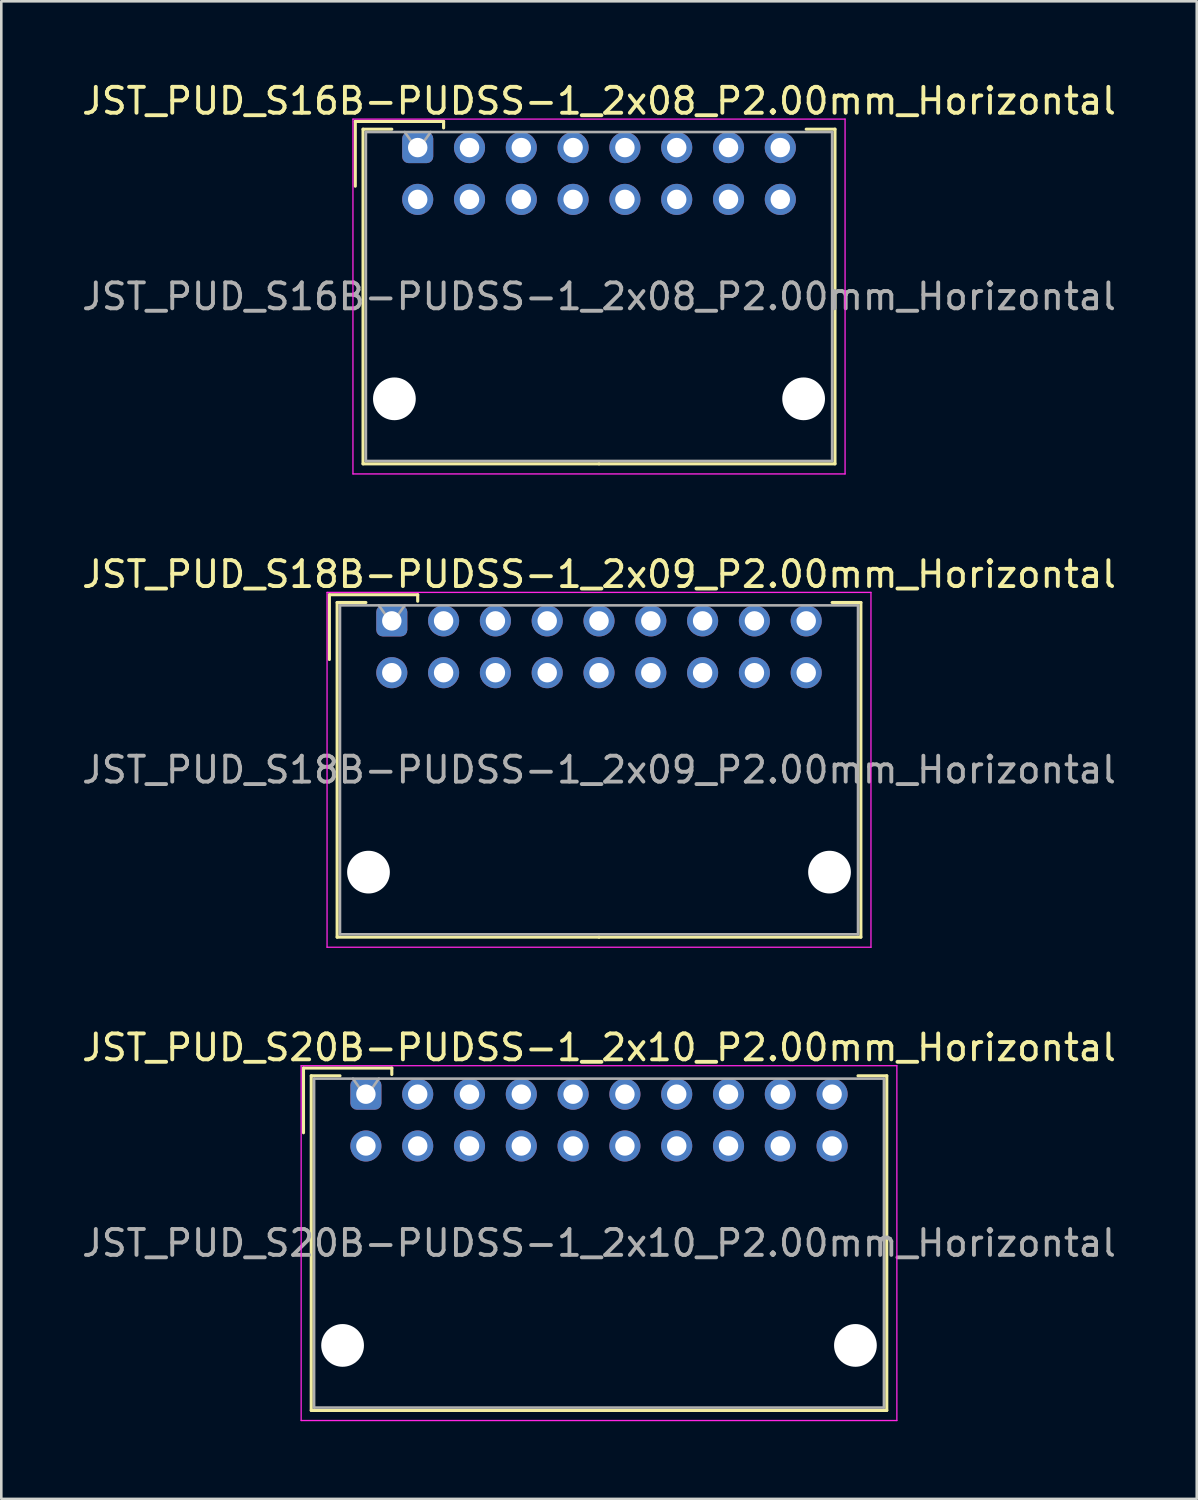
<source format=kicad_pcb>
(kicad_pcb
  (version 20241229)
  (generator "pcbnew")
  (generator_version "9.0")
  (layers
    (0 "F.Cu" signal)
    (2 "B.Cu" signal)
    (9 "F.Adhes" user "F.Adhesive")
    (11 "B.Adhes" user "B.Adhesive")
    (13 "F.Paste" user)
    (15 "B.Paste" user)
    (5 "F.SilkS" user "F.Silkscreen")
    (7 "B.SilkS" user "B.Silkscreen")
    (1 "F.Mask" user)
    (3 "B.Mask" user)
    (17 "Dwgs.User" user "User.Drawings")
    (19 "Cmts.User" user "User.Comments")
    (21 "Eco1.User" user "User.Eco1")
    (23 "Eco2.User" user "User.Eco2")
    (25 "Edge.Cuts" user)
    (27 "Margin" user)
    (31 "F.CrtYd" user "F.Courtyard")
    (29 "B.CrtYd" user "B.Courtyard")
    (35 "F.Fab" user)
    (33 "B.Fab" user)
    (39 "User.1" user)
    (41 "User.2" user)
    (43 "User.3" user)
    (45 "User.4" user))
  (footprint "JST_PUD_S16B-PUDSS-1_2x08_P2.00mm_Horizontal"
    (layer "F.Cu")
    (at 13.077 2.648)
    (property "Reference" "JST_PUD_S16B-PUDSS-1_2x08_P2.00mm_Horizontal" (at 7 -1.8 0) (layer "F.SilkS") (effects (font (size 1 1) (thickness 0.15))))
    (attr through_hole)
    (fp_line (start -2.41 -1.01) (end -2.41 1.49) (stroke (width 0.12) (type solid)) (layer "F.SilkS"))
    (fp_line (start -2.11 -0.71) (end -2.11 12.21) (stroke (width 0.12) (type solid)) (layer "F.SilkS"))
    (fp_line (start -2.11 12.21) (end 7 12.21) (stroke (width 0.12) (type solid)) (layer "F.SilkS"))
    (fp_line (start -1 -0.71) (end -2.11 -0.71) (stroke (width 0.12) (type solid)) (layer "F.SilkS"))
    (fp_line (start 1 -1.01) (end -2.41 -1.01) (stroke (width 0.12) (type solid)) (layer "F.SilkS"))
    (fp_line (start 1 -0.76) (end 1 -1.01) (stroke (width 0.12) (type solid)) (layer "F.SilkS"))
    (fp_line (start 15 -0.71) (end 16.11 -0.71) (stroke (width 0.12) (type solid)) (layer "F.SilkS"))
    (fp_line (start 16.11 -0.71) (end 16.11 12.21) (stroke (width 0.12) (type solid)) (layer "F.SilkS"))
    (fp_line (start 16.11 12.21) (end 7 12.21) (stroke (width 0.12) (type solid)) (layer "F.SilkS"))
    (fp_line (start -2.5 -1.1) (end -2.5 12.6) (stroke (width 0.05) (type solid)) (layer "F.CrtYd"))
    (fp_line (start -2.5 12.6) (end 16.5 12.6) (stroke (width 0.05) (type solid)) (layer "F.CrtYd"))
    (fp_line (start 16.5 -1.1) (end -2.5 -1.1) (stroke (width 0.05) (type solid)) (layer "F.CrtYd"))
    (fp_line (start 16.5 12.6) (end 16.5 -1.1) (stroke (width 0.05) (type solid)) (layer "F.CrtYd"))
    (fp_line (start -2 -0.6) (end -2 12.1) (stroke (width 0.1) (type solid)) (layer "F.Fab"))
    (fp_line (start -2 12.1) (end 16 12.1) (stroke (width 0.1) (type solid)) (layer "F.Fab"))
    (fp_line (start 0 0.107) (end -0.5 -0.6) (stroke (width 0.1) (type solid)) (layer "F.Fab"))
    (fp_line (start 0.5 -0.6) (end 0 0.107) (stroke (width 0.1) (type solid)) (layer "F.Fab"))
    (fp_line (start 16 -0.6) (end -2 -0.6) (stroke (width 0.1) (type solid)) (layer "F.Fab"))
    (fp_line (start 16 12.1) (end 16 -0.6) (stroke (width 0.1) (type solid)) (layer "F.Fab"))
    (fp_text user "${REFERENCE}" (at 7 5.75 0) (layer "F.Fab") (effects (font (size 1 1) (thickness 0.15))))
    (pad "" np_thru_hole circle (at -0.9 9.7) (size 1.65 1.65) (drill 1.65) (layers "*.Cu" "*.Mask"))
    (pad "" np_thru_hole circle (at 14.9 9.7) (size 1.65 1.65) (drill 1.65) (layers "*.Cu" "*.Mask"))
    (pad "1" thru_hole roundrect (at 0 0) (size 1.2 1.2) (drill 0.75) (layers "*.Cu" "*.Mask") (roundrect_rratio 0.208))
    (pad "2" thru_hole circle (at 0 2) (size 1.2 1.2) (drill 0.75) (layers "*.Cu" "*.Mask"))
    (pad "3" thru_hole circle (at 2 0) (size 1.2 1.2) (drill 0.75) (layers "*.Cu" "*.Mask"))
    (pad "4" thru_hole circle (at 2 2) (size 1.2 1.2) (drill 0.75) (layers "*.Cu" "*.Mask"))
    (pad "5" thru_hole circle (at 4 0) (size 1.2 1.2) (drill 0.75) (layers "*.Cu" "*.Mask"))
    (pad "6" thru_hole circle (at 4 2) (size 1.2 1.2) (drill 0.75) (layers "*.Cu" "*.Mask"))
    (pad "7" thru_hole circle (at 6 0) (size 1.2 1.2) (drill 0.75) (layers "*.Cu" "*.Mask"))
    (pad "8" thru_hole circle (at 6 2) (size 1.2 1.2) (drill 0.75) (layers "*.Cu" "*.Mask"))
    (pad "9" thru_hole circle (at 8 0) (size 1.2 1.2) (drill 0.75) (layers "*.Cu" "*.Mask"))
    (pad "10" thru_hole circle (at 8 2) (size 1.2 1.2) (drill 0.75) (layers "*.Cu" "*.Mask"))
    (pad "11" thru_hole circle (at 10 0) (size 1.2 1.2) (drill 0.75) (layers "*.Cu" "*.Mask"))
    (pad "12" thru_hole circle (at 10 2) (size 1.2 1.2) (drill 0.75) (layers "*.Cu" "*.Mask"))
    (pad "13" thru_hole circle (at 12 0) (size 1.2 1.2) (drill 0.75) (layers "*.Cu" "*.Mask"))
    (pad "14" thru_hole circle (at 12 2) (size 1.2 1.2) (drill 0.75) (layers "*.Cu" "*.Mask"))
    (pad "15" thru_hole circle (at 14 0) (size 1.2 1.2) (drill 0.75) (layers "*.Cu" "*.Mask"))
    (pad "16" thru_hole circle (at 14 2) (size 1.2 1.2) (drill 0.75) (layers "*.Cu" "*.Mask")))
  (footprint "JST_PUD_S18B-PUDSS-1_2x09_P2.00mm_Horizontal"
    (layer "F.Cu")
    (at 12.077 20.922)
    (property "Reference" "JST_PUD_S18B-PUDSS-1_2x09_P2.00mm_Horizontal" (at 8 -1.8 0) (layer "F.SilkS") (effects (font (size 1 1) (thickness 0.15))))
    (attr through_hole)
    (fp_line (start -2.41 -1.01) (end -2.41 1.49) (stroke (width 0.12) (type solid)) (layer "F.SilkS"))
    (fp_line (start -2.11 -0.71) (end -2.11 12.21) (stroke (width 0.12) (type solid)) (layer "F.SilkS"))
    (fp_line (start -2.11 12.21) (end 8 12.21) (stroke (width 0.12) (type solid)) (layer "F.SilkS"))
    (fp_line (start -1 -0.71) (end -2.11 -0.71) (stroke (width 0.12) (type solid)) (layer "F.SilkS"))
    (fp_line (start 1 -1.01) (end -2.41 -1.01) (stroke (width 0.12) (type solid)) (layer "F.SilkS"))
    (fp_line (start 1 -0.76) (end 1 -1.01) (stroke (width 0.12) (type solid)) (layer "F.SilkS"))
    (fp_line (start 17 -0.71) (end 18.11 -0.71) (stroke (width 0.12) (type solid)) (layer "F.SilkS"))
    (fp_line (start 18.11 -0.71) (end 18.11 12.21) (stroke (width 0.12) (type solid)) (layer "F.SilkS"))
    (fp_line (start 18.11 12.21) (end 8 12.21) (stroke (width 0.12) (type solid)) (layer "F.SilkS"))
    (fp_line (start -2.5 -1.1) (end -2.5 12.6) (stroke (width 0.05) (type solid)) (layer "F.CrtYd"))
    (fp_line (start -2.5 12.6) (end 18.5 12.6) (stroke (width 0.05) (type solid)) (layer "F.CrtYd"))
    (fp_line (start 18.5 -1.1) (end -2.5 -1.1) (stroke (width 0.05) (type solid)) (layer "F.CrtYd"))
    (fp_line (start 18.5 12.6) (end 18.5 -1.1) (stroke (width 0.05) (type solid)) (layer "F.CrtYd"))
    (fp_line (start -2 -0.6) (end -2 12.1) (stroke (width 0.1) (type solid)) (layer "F.Fab"))
    (fp_line (start -2 12.1) (end 18 12.1) (stroke (width 0.1) (type solid)) (layer "F.Fab"))
    (fp_line (start 0 0.107) (end -0.5 -0.6) (stroke (width 0.1) (type solid)) (layer "F.Fab"))
    (fp_line (start 0.5 -0.6) (end 0 0.107) (stroke (width 0.1) (type solid)) (layer "F.Fab"))
    (fp_line (start 18 -0.6) (end -2 -0.6) (stroke (width 0.1) (type solid)) (layer "F.Fab"))
    (fp_line (start 18 12.1) (end 18 -0.6) (stroke (width 0.1) (type solid)) (layer "F.Fab"))
    (fp_text user "${REFERENCE}" (at 8 5.75 0) (layer "F.Fab") (effects (font (size 1 1) (thickness 0.15))))
    (pad "" np_thru_hole circle (at -0.9 9.7) (size 1.65 1.65) (drill 1.65) (layers "*.Cu" "*.Mask"))
    (pad "" np_thru_hole circle (at 16.9 9.7) (size 1.65 1.65) (drill 1.65) (layers "*.Cu" "*.Mask"))
    (pad "1" thru_hole roundrect (at 0 0) (size 1.2 1.2) (drill 0.75) (layers "*.Cu" "*.Mask") (roundrect_rratio 0.208))
    (pad "2" thru_hole circle (at 0 2) (size 1.2 1.2) (drill 0.75) (layers "*.Cu" "*.Mask"))
    (pad "3" thru_hole circle (at 2 0) (size 1.2 1.2) (drill 0.75) (layers "*.Cu" "*.Mask"))
    (pad "4" thru_hole circle (at 2 2) (size 1.2 1.2) (drill 0.75) (layers "*.Cu" "*.Mask"))
    (pad "5" thru_hole circle (at 4 0) (size 1.2 1.2) (drill 0.75) (layers "*.Cu" "*.Mask"))
    (pad "6" thru_hole circle (at 4 2) (size 1.2 1.2) (drill 0.75) (layers "*.Cu" "*.Mask"))
    (pad "7" thru_hole circle (at 6 0) (size 1.2 1.2) (drill 0.75) (layers "*.Cu" "*.Mask"))
    (pad "8" thru_hole circle (at 6 2) (size 1.2 1.2) (drill 0.75) (layers "*.Cu" "*.Mask"))
    (pad "9" thru_hole circle (at 8 0) (size 1.2 1.2) (drill 0.75) (layers "*.Cu" "*.Mask"))
    (pad "10" thru_hole circle (at 8 2) (size 1.2 1.2) (drill 0.75) (layers "*.Cu" "*.Mask"))
    (pad "11" thru_hole circle (at 10 0) (size 1.2 1.2) (drill 0.75) (layers "*.Cu" "*.Mask"))
    (pad "12" thru_hole circle (at 10 2) (size 1.2 1.2) (drill 0.75) (layers "*.Cu" "*.Mask"))
    (pad "13" thru_hole circle (at 12 0) (size 1.2 1.2) (drill 0.75) (layers "*.Cu" "*.Mask"))
    (pad "14" thru_hole circle (at 12 2) (size 1.2 1.2) (drill 0.75) (layers "*.Cu" "*.Mask"))
    (pad "15" thru_hole circle (at 14 0) (size 1.2 1.2) (drill 0.75) (layers "*.Cu" "*.Mask"))
    (pad "16" thru_hole circle (at 14 2) (size 1.2 1.2) (drill 0.75) (layers "*.Cu" "*.Mask"))
    (pad "17" thru_hole circle (at 16 0) (size 1.2 1.2) (drill 0.75) (layers "*.Cu" "*.Mask"))
    (pad "18" thru_hole circle (at 16 2) (size 1.2 1.2) (drill 0.75) (layers "*.Cu" "*.Mask")))
  (footprint "JST_PUD_S20B-PUDSS-1_2x10_P2.00mm_Horizontal"
    (layer "F.Cu")
    (at 11.077 39.195)
    (property "Reference" "JST_PUD_S20B-PUDSS-1_2x10_P2.00mm_Horizontal" (at 9 -1.8 0) (layer "F.SilkS") (effects (font (size 1 1) (thickness 0.15))))
    (attr through_hole)
    (fp_line (start -2.41 -1.01) (end -2.41 1.49) (stroke (width 0.12) (type solid)) (layer "F.SilkS"))
    (fp_line (start -2.11 -0.71) (end -2.11 12.21) (stroke (width 0.12) (type solid)) (layer "F.SilkS"))
    (fp_line (start -2.11 12.21) (end 9 12.21) (stroke (width 0.12) (type solid)) (layer "F.SilkS"))
    (fp_line (start -1 -0.71) (end -2.11 -0.71) (stroke (width 0.12) (type solid)) (layer "F.SilkS"))
    (fp_line (start 1 -1.01) (end -2.41 -1.01) (stroke (width 0.12) (type solid)) (layer "F.SilkS"))
    (fp_line (start 1 -0.76) (end 1 -1.01) (stroke (width 0.12) (type solid)) (layer "F.SilkS"))
    (fp_line (start 19 -0.71) (end 20.11 -0.71) (stroke (width 0.12) (type solid)) (layer "F.SilkS"))
    (fp_line (start 20.11 -0.71) (end 20.11 12.21) (stroke (width 0.12) (type solid)) (layer "F.SilkS"))
    (fp_line (start 20.11 12.21) (end 9 12.21) (stroke (width 0.12) (type solid)) (layer "F.SilkS"))
    (fp_line (start -2.5 -1.1) (end -2.5 12.6) (stroke (width 0.05) (type solid)) (layer "F.CrtYd"))
    (fp_line (start -2.5 12.6) (end 20.5 12.6) (stroke (width 0.05) (type solid)) (layer "F.CrtYd"))
    (fp_line (start 20.5 -1.1) (end -2.5 -1.1) (stroke (width 0.05) (type solid)) (layer "F.CrtYd"))
    (fp_line (start 20.5 12.6) (end 20.5 -1.1) (stroke (width 0.05) (type solid)) (layer "F.CrtYd"))
    (fp_line (start -2 -0.6) (end -2 12.1) (stroke (width 0.1) (type solid)) (layer "F.Fab"))
    (fp_line (start -2 12.1) (end 20 12.1) (stroke (width 0.1) (type solid)) (layer "F.Fab"))
    (fp_line (start 0 0.107) (end -0.5 -0.6) (stroke (width 0.1) (type solid)) (layer "F.Fab"))
    (fp_line (start 0.5 -0.6) (end 0 0.107) (stroke (width 0.1) (type solid)) (layer "F.Fab"))
    (fp_line (start 20 -0.6) (end -2 -0.6) (stroke (width 0.1) (type solid)) (layer "F.Fab"))
    (fp_line (start 20 12.1) (end 20 -0.6) (stroke (width 0.1) (type solid)) (layer "F.Fab"))
    (fp_text user "${REFERENCE}" (at 9 5.75 0) (layer "F.Fab") (effects (font (size 1 1) (thickness 0.15))))
    (pad "" np_thru_hole circle (at -0.9 9.7) (size 1.65 1.65) (drill 1.65) (layers "*.Cu" "*.Mask"))
    (pad "" np_thru_hole circle (at 18.9 9.7) (size 1.65 1.65) (drill 1.65) (layers "*.Cu" "*.Mask"))
    (pad "1" thru_hole roundrect (at 0 0) (size 1.2 1.2) (drill 0.75) (layers "*.Cu" "*.Mask") (roundrect_rratio 0.208))
    (pad "2" thru_hole circle (at 0 2) (size 1.2 1.2) (drill 0.75) (layers "*.Cu" "*.Mask"))
    (pad "3" thru_hole circle (at 2 0) (size 1.2 1.2) (drill 0.75) (layers "*.Cu" "*.Mask"))
    (pad "4" thru_hole circle (at 2 2) (size 1.2 1.2) (drill 0.75) (layers "*.Cu" "*.Mask"))
    (pad "5" thru_hole circle (at 4 0) (size 1.2 1.2) (drill 0.75) (layers "*.Cu" "*.Mask"))
    (pad "6" thru_hole circle (at 4 2) (size 1.2 1.2) (drill 0.75) (layers "*.Cu" "*.Mask"))
    (pad "7" thru_hole circle (at 6 0) (size 1.2 1.2) (drill 0.75) (layers "*.Cu" "*.Mask"))
    (pad "8" thru_hole circle (at 6 2) (size 1.2 1.2) (drill 0.75) (layers "*.Cu" "*.Mask"))
    (pad "9" thru_hole circle (at 8 0) (size 1.2 1.2) (drill 0.75) (layers "*.Cu" "*.Mask"))
    (pad "10" thru_hole circle (at 8 2) (size 1.2 1.2) (drill 0.75) (layers "*.Cu" "*.Mask"))
    (pad "11" thru_hole circle (at 10 0) (size 1.2 1.2) (drill 0.75) (layers "*.Cu" "*.Mask"))
    (pad "12" thru_hole circle (at 10 2) (size 1.2 1.2) (drill 0.75) (layers "*.Cu" "*.Mask"))
    (pad "13" thru_hole circle (at 12 0) (size 1.2 1.2) (drill 0.75) (layers "*.Cu" "*.Mask"))
    (pad "14" thru_hole circle (at 12 2) (size 1.2 1.2) (drill 0.75) (layers "*.Cu" "*.Mask"))
    (pad "15" thru_hole circle (at 14 0) (size 1.2 1.2) (drill 0.75) (layers "*.Cu" "*.Mask"))
    (pad "16" thru_hole circle (at 14 2) (size 1.2 1.2) (drill 0.75) (layers "*.Cu" "*.Mask"))
    (pad "17" thru_hole circle (at 16 0) (size 1.2 1.2) (drill 0.75) (layers "*.Cu" "*.Mask"))
    (pad "18" thru_hole circle (at 16 2) (size 1.2 1.2) (drill 0.75) (layers "*.Cu" "*.Mask"))
    (pad "19" thru_hole circle (at 18 0) (size 1.2 1.2) (drill 0.75) (layers "*.Cu" "*.Mask"))
    (pad "20" thru_hole circle (at 18 2) (size 1.2 1.2) (drill 0.75) (layers "*.Cu" "*.Mask")))
  (gr_rect
    (start -3 -3)
    (end 43.155 54.82)
    (stroke (width 0.1) (type default))
    (fill no)
    (layer "Edge.Cuts")))
</source>
